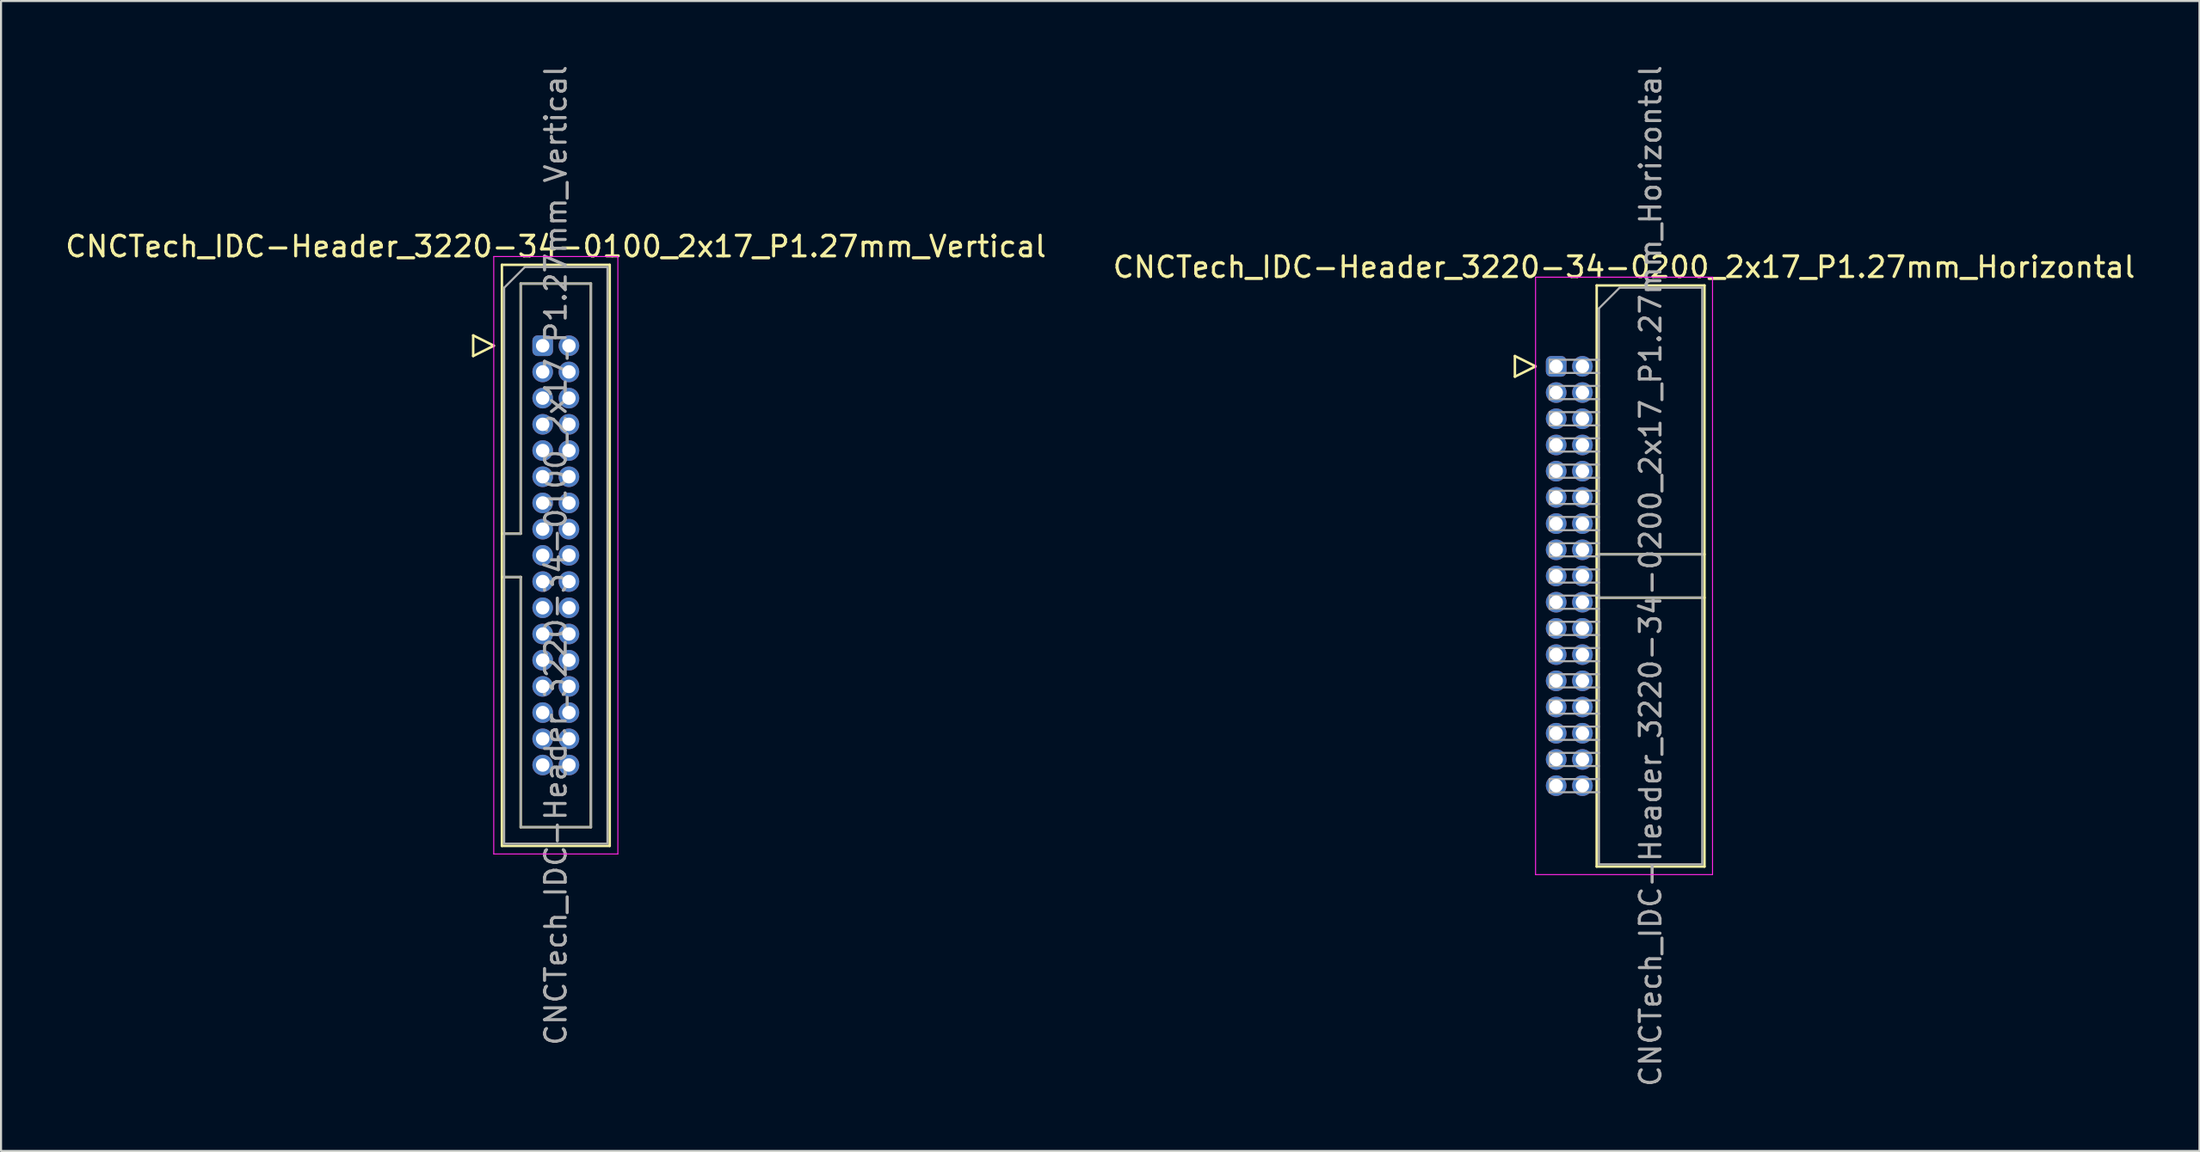
<source format=kicad_pcb>
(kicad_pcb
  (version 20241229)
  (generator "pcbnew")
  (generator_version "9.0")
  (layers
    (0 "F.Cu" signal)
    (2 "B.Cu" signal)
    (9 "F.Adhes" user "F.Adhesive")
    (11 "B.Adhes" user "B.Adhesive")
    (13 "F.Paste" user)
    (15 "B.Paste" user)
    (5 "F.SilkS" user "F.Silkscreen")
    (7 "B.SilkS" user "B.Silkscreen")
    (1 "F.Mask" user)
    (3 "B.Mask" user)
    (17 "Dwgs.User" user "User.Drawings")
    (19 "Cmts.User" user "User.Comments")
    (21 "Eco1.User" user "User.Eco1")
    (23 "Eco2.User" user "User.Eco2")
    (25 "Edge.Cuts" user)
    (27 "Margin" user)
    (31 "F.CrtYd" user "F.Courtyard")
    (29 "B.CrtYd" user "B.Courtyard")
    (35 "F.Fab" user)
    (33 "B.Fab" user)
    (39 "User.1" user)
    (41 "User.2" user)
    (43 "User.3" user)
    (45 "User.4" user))
  (footprint "CNCTech_IDC-Header_3220-34-0200_2x17_P1.27mm_Horizontal"
    (layer "F.Cu")
    (at 72.304 14.703)
    (property "Reference" "CNCTech_IDC-Header_3220-34-0200_2x17_P1.27mm_Horizontal" (at 3.285 -4.81 0) (layer "F.SilkS") (effects (font (size 1 1) (thickness 0.15))))
    (attr through_hole)
    (fp_line (start -2 -0.5) (end -2 0.5) (stroke (width 0.12) (type solid)) (layer "F.SilkS"))
    (fp_line (start -2 0.5) (end -1 0) (stroke (width 0.12) (type solid)) (layer "F.SilkS"))
    (fp_line (start -1 0) (end -2 -0.5) (stroke (width 0.12) (type solid)) (layer "F.SilkS"))
    (fp_line (start 1.96 -3.92) (end 7.18 -3.92) (stroke (width 0.12) (type solid)) (layer "F.SilkS"))
    (fp_line (start 1.96 9.11) (end 7.18 9.11) (stroke (width 0.12) (type solid)) (layer "F.SilkS"))
    (fp_line (start 1.96 11.21) (end 7.18 11.21) (stroke (width 0.12) (type solid)) (layer "F.SilkS"))
    (fp_line (start 1.96 24.24) (end 1.96 -3.92) (stroke (width 0.12) (type solid)) (layer "F.SilkS"))
    (fp_line (start 7.18 -3.92) (end 7.18 24.24) (stroke (width 0.12) (type solid)) (layer "F.SilkS"))
    (fp_line (start 7.18 24.24) (end 1.96 24.24) (stroke (width 0.12) (type solid)) (layer "F.SilkS"))
    (fp_line (start -1 -4.32) (end -1 24.63) (stroke (width 0.05) (type solid)) (layer "F.CrtYd"))
    (fp_line (start -1 24.63) (end 7.57 24.63) (stroke (width 0.05) (type solid)) (layer "F.CrtYd"))
    (fp_line (start 7.57 -4.32) (end -1 -4.32) (stroke (width 0.05) (type solid)) (layer "F.CrtYd"))
    (fp_line (start 7.57 24.63) (end 7.57 -4.32) (stroke (width 0.05) (type solid)) (layer "F.CrtYd"))
    (fp_line (start -0.32 -0.32) (end -0.32 0.32) (stroke (width 0.1) (type solid)) (layer "F.Fab"))
    (fp_line (start -0.32 0.32) (end 2.07 0.32) (stroke (width 0.1) (type solid)) (layer "F.Fab"))
    (fp_line (start -0.32 0.95) (end -0.32 1.59) (stroke (width 0.1) (type solid)) (layer "F.Fab"))
    (fp_line (start -0.32 1.59) (end 2.07 1.59) (stroke (width 0.1) (type solid)) (layer "F.Fab"))
    (fp_line (start -0.32 2.22) (end -0.32 2.86) (stroke (width 0.1) (type solid)) (layer "F.Fab"))
    (fp_line (start -0.32 2.86) (end 2.07 2.86) (stroke (width 0.1) (type solid)) (layer "F.Fab"))
    (fp_line (start -0.32 3.49) (end -0.32 4.13) (stroke (width 0.1) (type solid)) (layer "F.Fab"))
    (fp_line (start -0.32 4.13) (end 2.07 4.13) (stroke (width 0.1) (type solid)) (layer "F.Fab"))
    (fp_line (start -0.32 4.76) (end -0.32 5.4) (stroke (width 0.1) (type solid)) (layer "F.Fab"))
    (fp_line (start -0.32 5.4) (end 2.07 5.4) (stroke (width 0.1) (type solid)) (layer "F.Fab"))
    (fp_line (start -0.32 6.03) (end -0.32 6.67) (stroke (width 0.1) (type solid)) (layer "F.Fab"))
    (fp_line (start -0.32 6.67) (end 2.07 6.67) (stroke (width 0.1) (type solid)) (layer "F.Fab"))
    (fp_line (start -0.32 7.3) (end -0.32 7.94) (stroke (width 0.1) (type solid)) (layer "F.Fab"))
    (fp_line (start -0.32 7.94) (end 2.07 7.94) (stroke (width 0.1) (type solid)) (layer "F.Fab"))
    (fp_line (start -0.32 8.57) (end -0.32 9.21) (stroke (width 0.1) (type solid)) (layer "F.Fab"))
    (fp_line (start -0.32 9.21) (end 2.07 9.21) (stroke (width 0.1) (type solid)) (layer "F.Fab"))
    (fp_line (start -0.32 9.84) (end -0.32 10.48) (stroke (width 0.1) (type solid)) (layer "F.Fab"))
    (fp_line (start -0.32 10.48) (end 2.07 10.48) (stroke (width 0.1) (type solid)) (layer "F.Fab"))
    (fp_line (start -0.32 11.11) (end -0.32 11.75) (stroke (width 0.1) (type solid)) (layer "F.Fab"))
    (fp_line (start -0.32 11.75) (end 2.07 11.75) (stroke (width 0.1) (type solid)) (layer "F.Fab"))
    (fp_line (start -0.32 12.38) (end -0.32 13.02) (stroke (width 0.1) (type solid)) (layer "F.Fab"))
    (fp_line (start -0.32 13.02) (end 2.07 13.02) (stroke (width 0.1) (type solid)) (layer "F.Fab"))
    (fp_line (start -0.32 13.65) (end -0.32 14.29) (stroke (width 0.1) (type solid)) (layer "F.Fab"))
    (fp_line (start -0.32 14.29) (end 2.07 14.29) (stroke (width 0.1) (type solid)) (layer "F.Fab"))
    (fp_line (start -0.32 14.92) (end -0.32 15.56) (stroke (width 0.1) (type solid)) (layer "F.Fab"))
    (fp_line (start -0.32 15.56) (end 2.07 15.56) (stroke (width 0.1) (type solid)) (layer "F.Fab"))
    (fp_line (start -0.32 16.19) (end -0.32 16.83) (stroke (width 0.1) (type solid)) (layer "F.Fab"))
    (fp_line (start -0.32 16.83) (end 2.07 16.83) (stroke (width 0.1) (type solid)) (layer "F.Fab"))
    (fp_line (start -0.32 17.46) (end -0.32 18.1) (stroke (width 0.1) (type solid)) (layer "F.Fab"))
    (fp_line (start -0.32 18.1) (end 2.07 18.1) (stroke (width 0.1) (type solid)) (layer "F.Fab"))
    (fp_line (start -0.32 18.73) (end -0.32 19.37) (stroke (width 0.1) (type solid)) (layer "F.Fab"))
    (fp_line (start -0.32 19.37) (end 2.07 19.37) (stroke (width 0.1) (type solid)) (layer "F.Fab"))
    (fp_line (start -0.32 20) (end -0.32 20.64) (stroke (width 0.1) (type solid)) (layer "F.Fab"))
    (fp_line (start -0.32 20.64) (end 2.07 20.64) (stroke (width 0.1) (type solid)) (layer "F.Fab"))
    (fp_line (start 2.07 -2.81) (end 3.07 -3.81) (stroke (width 0.1) (type solid)) (layer "F.Fab"))
    (fp_line (start 2.07 -0.32) (end -0.32 -0.32) (stroke (width 0.1) (type solid)) (layer "F.Fab"))
    (fp_line (start 2.07 0.95) (end -0.32 0.95) (stroke (width 0.1) (type solid)) (layer "F.Fab"))
    (fp_line (start 2.07 2.22) (end -0.32 2.22) (stroke (width 0.1) (type solid)) (layer "F.Fab"))
    (fp_line (start 2.07 3.49) (end -0.32 3.49) (stroke (width 0.1) (type solid)) (layer "F.Fab"))
    (fp_line (start 2.07 4.76) (end -0.32 4.76) (stroke (width 0.1) (type solid)) (layer "F.Fab"))
    (fp_line (start 2.07 6.03) (end -0.32 6.03) (stroke (width 0.1) (type solid)) (layer "F.Fab"))
    (fp_line (start 2.07 7.3) (end -0.32 7.3) (stroke (width 0.1) (type solid)) (layer "F.Fab"))
    (fp_line (start 2.07 8.57) (end -0.32 8.57) (stroke (width 0.1) (type solid)) (layer "F.Fab"))
    (fp_line (start 2.07 9.11) (end 7.07 9.11) (stroke (width 0.1) (type solid)) (layer "F.Fab"))
    (fp_line (start 2.07 9.84) (end -0.32 9.84) (stroke (width 0.1) (type solid)) (layer "F.Fab"))
    (fp_line (start 2.07 11.11) (end -0.32 11.11) (stroke (width 0.1) (type solid)) (layer "F.Fab"))
    (fp_line (start 2.07 11.21) (end 7.07 11.21) (stroke (width 0.1) (type solid)) (layer "F.Fab"))
    (fp_line (start 2.07 12.38) (end -0.32 12.38) (stroke (width 0.1) (type solid)) (layer "F.Fab"))
    (fp_line (start 2.07 13.65) (end -0.32 13.65) (stroke (width 0.1) (type solid)) (layer "F.Fab"))
    (fp_line (start 2.07 14.92) (end -0.32 14.92) (stroke (width 0.1) (type solid)) (layer "F.Fab"))
    (fp_line (start 2.07 16.19) (end -0.32 16.19) (stroke (width 0.1) (type solid)) (layer "F.Fab"))
    (fp_line (start 2.07 17.46) (end -0.32 17.46) (stroke (width 0.1) (type solid)) (layer "F.Fab"))
    (fp_line (start 2.07 18.73) (end -0.32 18.73) (stroke (width 0.1) (type solid)) (layer "F.Fab"))
    (fp_line (start 2.07 20) (end -0.32 20) (stroke (width 0.1) (type solid)) (layer "F.Fab"))
    (fp_line (start 2.07 24.13) (end 2.07 -2.81) (stroke (width 0.1) (type solid)) (layer "F.Fab"))
    (fp_line (start 3.07 -3.81) (end 7.07 -3.81) (stroke (width 0.1) (type solid)) (layer "F.Fab"))
    (fp_line (start 7.07 -3.81) (end 7.07 24.13) (stroke (width 0.1) (type solid)) (layer "F.Fab"))
    (fp_line (start 7.07 24.13) (end 2.07 24.13) (stroke (width 0.1) (type solid)) (layer "F.Fab"))
    (fp_text user "${REFERENCE}" (at 4.57 10.16 90) (layer "F.Fab") (effects (font (size 1 1) (thickness 0.15))))
    (pad "1" thru_hole roundrect (at 0 0) (size 1 1) (drill 0.65) (layers "*.Cu" "*.Mask") (roundrect_rratio 0.25))
    (pad "2" thru_hole circle (at 1.27 0) (size 1 1) (drill 0.65) (layers "*.Cu" "*.Mask"))
    (pad "3" thru_hole circle (at 0 1.27) (size 1 1) (drill 0.65) (layers "*.Cu" "*.Mask"))
    (pad "4" thru_hole circle (at 1.27 1.27) (size 1 1) (drill 0.65) (layers "*.Cu" "*.Mask"))
    (pad "5" thru_hole circle (at 0 2.54) (size 1 1) (drill 0.65) (layers "*.Cu" "*.Mask"))
    (pad "6" thru_hole circle (at 1.27 2.54) (size 1 1) (drill 0.65) (layers "*.Cu" "*.Mask"))
    (pad "7" thru_hole circle (at 0 3.81) (size 1 1) (drill 0.65) (layers "*.Cu" "*.Mask"))
    (pad "8" thru_hole circle (at 1.27 3.81) (size 1 1) (drill 0.65) (layers "*.Cu" "*.Mask"))
    (pad "9" thru_hole circle (at 0 5.08) (size 1 1) (drill 0.65) (layers "*.Cu" "*.Mask"))
    (pad "10" thru_hole circle (at 1.27 5.08) (size 1 1) (drill 0.65) (layers "*.Cu" "*.Mask"))
    (pad "11" thru_hole circle (at 0 6.35) (size 1 1) (drill 0.65) (layers "*.Cu" "*.Mask"))
    (pad "12" thru_hole circle (at 1.27 6.35) (size 1 1) (drill 0.65) (layers "*.Cu" "*.Mask"))
    (pad "13" thru_hole circle (at 0 7.62) (size 1 1) (drill 0.65) (layers "*.Cu" "*.Mask"))
    (pad "14" thru_hole circle (at 1.27 7.62) (size 1 1) (drill 0.65) (layers "*.Cu" "*.Mask"))
    (pad "15" thru_hole circle (at 0 8.89) (size 1 1) (drill 0.65) (layers "*.Cu" "*.Mask"))
    (pad "16" thru_hole circle (at 1.27 8.89) (size 1 1) (drill 0.65) (layers "*.Cu" "*.Mask"))
    (pad "17" thru_hole circle (at 0 10.16) (size 1 1) (drill 0.65) (layers "*.Cu" "*.Mask"))
    (pad "18" thru_hole circle (at 1.27 10.16) (size 1 1) (drill 0.65) (layers "*.Cu" "*.Mask"))
    (pad "19" thru_hole circle (at 0 11.43) (size 1 1) (drill 0.65) (layers "*.Cu" "*.Mask"))
    (pad "20" thru_hole circle (at 1.27 11.43) (size 1 1) (drill 0.65) (layers "*.Cu" "*.Mask"))
    (pad "21" thru_hole circle (at 0 12.7) (size 1 1) (drill 0.65) (layers "*.Cu" "*.Mask"))
    (pad "22" thru_hole circle (at 1.27 12.7) (size 1 1) (drill 0.65) (layers "*.Cu" "*.Mask"))
    (pad "23" thru_hole circle (at 0 13.97) (size 1 1) (drill 0.65) (layers "*.Cu" "*.Mask"))
    (pad "24" thru_hole circle (at 1.27 13.97) (size 1 1) (drill 0.65) (layers "*.Cu" "*.Mask"))
    (pad "25" thru_hole circle (at 0 15.24) (size 1 1) (drill 0.65) (layers "*.Cu" "*.Mask"))
    (pad "26" thru_hole circle (at 1.27 15.24) (size 1 1) (drill 0.65) (layers "*.Cu" "*.Mask"))
    (pad "27" thru_hole circle (at 0 16.51) (size 1 1) (drill 0.65) (layers "*.Cu" "*.Mask"))
    (pad "28" thru_hole circle (at 1.27 16.51) (size 1 1) (drill 0.65) (layers "*.Cu" "*.Mask"))
    (pad "29" thru_hole circle (at 0 17.78) (size 1 1) (drill 0.65) (layers "*.Cu" "*.Mask"))
    (pad "30" thru_hole circle (at 1.27 17.78) (size 1 1) (drill 0.65) (layers "*.Cu" "*.Mask"))
    (pad "31" thru_hole circle (at 0 19.05) (size 1 1) (drill 0.65) (layers "*.Cu" "*.Mask"))
    (pad "32" thru_hole circle (at 1.27 19.05) (size 1 1) (drill 0.65) (layers "*.Cu" "*.Mask"))
    (pad "33" thru_hole circle (at 0 20.32) (size 1 1) (drill 0.65) (layers "*.Cu" "*.Mask"))
    (pad "34" thru_hole circle (at 1.27 20.32) (size 1 1) (drill 0.65) (layers "*.Cu" "*.Mask")))
  (footprint "CNCTech_IDC-Header_3220-34-0100_2x17_P1.27mm_Vertical"
    (layer "F.Cu")
    (at 23.228 13.703)
    (property "Reference" "CNCTech_IDC-Header_3220-34-0100_2x17_P1.27mm_Vertical" (at 0.635 -4.81 0) (layer "F.SilkS") (effects (font (size 1 1) (thickness 0.15))))
    (attr through_hole)
    (fp_line (start -3.365 -0.5) (end -3.365 0.5) (stroke (width 0.12) (type solid)) (layer "F.SilkS"))
    (fp_line (start -3.365 0.5) (end -2.365 0) (stroke (width 0.12) (type solid)) (layer "F.SilkS"))
    (fp_line (start -2.365 0) (end -3.365 -0.5) (stroke (width 0.12) (type solid)) (layer "F.SilkS"))
    (fp_line (start -1.975 -3.92) (end 3.245 -3.92) (stroke (width 0.12) (type solid)) (layer "F.SilkS"))
    (fp_line (start -1.975 9.11) (end -1.065 9.11) (stroke (width 0.12) (type solid)) (layer "F.SilkS"))
    (fp_line (start -1.975 24.24) (end -1.975 -3.92) (stroke (width 0.12) (type solid)) (layer "F.SilkS"))
    (fp_line (start -1.065 -3.01) (end 2.335 -3.01) (stroke (width 0.12) (type solid)) (layer "F.SilkS"))
    (fp_line (start -1.065 9.11) (end -1.065 -3.01) (stroke (width 0.12) (type solid)) (layer "F.SilkS"))
    (fp_line (start -1.065 11.21) (end -1.975 11.21) (stroke (width 0.12) (type solid)) (layer "F.SilkS"))
    (fp_line (start -1.065 11.21) (end -1.065 11.21) (stroke (width 0.12) (type solid)) (layer "F.SilkS"))
    (fp_line (start -1.065 23.33) (end -1.065 11.21) (stroke (width 0.12) (type solid)) (layer "F.SilkS"))
    (fp_line (start 2.335 -3.01) (end 2.335 23.33) (stroke (width 0.12) (type solid)) (layer "F.SilkS"))
    (fp_line (start 2.335 23.33) (end -1.065 23.33) (stroke (width 0.12) (type solid)) (layer "F.SilkS"))
    (fp_line (start 3.245 -3.92) (end 3.245 24.24) (stroke (width 0.12) (type solid)) (layer "F.SilkS"))
    (fp_line (start 3.245 24.24) (end -1.975 24.24) (stroke (width 0.12) (type solid)) (layer "F.SilkS"))
    (fp_line (start -2.37 -4.32) (end -2.37 24.63) (stroke (width 0.05) (type solid)) (layer "F.CrtYd"))
    (fp_line (start -2.37 24.63) (end 3.64 24.63) (stroke (width 0.05) (type solid)) (layer "F.CrtYd"))
    (fp_line (start 3.64 -4.32) (end -2.37 -4.32) (stroke (width 0.05) (type solid)) (layer "F.CrtYd"))
    (fp_line (start 3.64 24.63) (end 3.64 -4.32) (stroke (width 0.05) (type solid)) (layer "F.CrtYd"))
    (fp_line (start -1.865 -2.81) (end -0.865 -3.81) (stroke (width 0.1) (type solid)) (layer "F.Fab"))
    (fp_line (start -1.865 9.11) (end -1.065 9.11) (stroke (width 0.1) (type solid)) (layer "F.Fab"))
    (fp_line (start -1.865 24.13) (end -1.865 -2.81) (stroke (width 0.1) (type solid)) (layer "F.Fab"))
    (fp_line (start -1.065 -3.01) (end 2.335 -3.01) (stroke (width 0.1) (type solid)) (layer "F.Fab"))
    (fp_line (start -1.065 9.11) (end -1.065 -3.01) (stroke (width 0.1) (type solid)) (layer "F.Fab"))
    (fp_line (start -1.065 11.21) (end -1.865 11.21) (stroke (width 0.1) (type solid)) (layer "F.Fab"))
    (fp_line (start -1.065 11.21) (end -1.065 11.21) (stroke (width 0.1) (type solid)) (layer "F.Fab"))
    (fp_line (start -1.065 23.33) (end -1.065 11.21) (stroke (width 0.1) (type solid)) (layer "F.Fab"))
    (fp_line (start -0.865 -3.81) (end 3.135 -3.81) (stroke (width 0.1) (type solid)) (layer "F.Fab"))
    (fp_line (start 2.335 -3.01) (end 2.335 23.33) (stroke (width 0.1) (type solid)) (layer "F.Fab"))
    (fp_line (start 2.335 23.33) (end -1.065 23.33) (stroke (width 0.1) (type solid)) (layer "F.Fab"))
    (fp_line (start 3.135 -3.81) (end 3.135 24.13) (stroke (width 0.1) (type solid)) (layer "F.Fab"))
    (fp_line (start 3.135 24.13) (end -1.865 24.13) (stroke (width 0.1) (type solid)) (layer "F.Fab"))
    (fp_text user "${REFERENCE}" (at 0.635 10.16 90) (layer "F.Fab") (effects (font (size 1 1) (thickness 0.15))))
    (pad "1" thru_hole roundrect (at 0 0) (size 1 1) (drill 0.65) (layers "*.Cu" "*.Mask") (roundrect_rratio 0.25))
    (pad "2" thru_hole circle (at 1.27 0) (size 1 1) (drill 0.65) (layers "*.Cu" "*.Mask"))
    (pad "3" thru_hole circle (at 0 1.27) (size 1 1) (drill 0.65) (layers "*.Cu" "*.Mask"))
    (pad "4" thru_hole circle (at 1.27 1.27) (size 1 1) (drill 0.65) (layers "*.Cu" "*.Mask"))
    (pad "5" thru_hole circle (at 0 2.54) (size 1 1) (drill 0.65) (layers "*.Cu" "*.Mask"))
    (pad "6" thru_hole circle (at 1.27 2.54) (size 1 1) (drill 0.65) (layers "*.Cu" "*.Mask"))
    (pad "7" thru_hole circle (at 0 3.81) (size 1 1) (drill 0.65) (layers "*.Cu" "*.Mask"))
    (pad "8" thru_hole circle (at 1.27 3.81) (size 1 1) (drill 0.65) (layers "*.Cu" "*.Mask"))
    (pad "9" thru_hole circle (at 0 5.08) (size 1 1) (drill 0.65) (layers "*.Cu" "*.Mask"))
    (pad "10" thru_hole circle (at 1.27 5.08) (size 1 1) (drill 0.65) (layers "*.Cu" "*.Mask"))
    (pad "11" thru_hole circle (at 0 6.35) (size 1 1) (drill 0.65) (layers "*.Cu" "*.Mask"))
    (pad "12" thru_hole circle (at 1.27 6.35) (size 1 1) (drill 0.65) (layers "*.Cu" "*.Mask"))
    (pad "13" thru_hole circle (at 0 7.62) (size 1 1) (drill 0.65) (layers "*.Cu" "*.Mask"))
    (pad "14" thru_hole circle (at 1.27 7.62) (size 1 1) (drill 0.65) (layers "*.Cu" "*.Mask"))
    (pad "15" thru_hole circle (at 0 8.89) (size 1 1) (drill 0.65) (layers "*.Cu" "*.Mask"))
    (pad "16" thru_hole circle (at 1.27 8.89) (size 1 1) (drill 0.65) (layers "*.Cu" "*.Mask"))
    (pad "17" thru_hole circle (at 0 10.16) (size 1 1) (drill 0.65) (layers "*.Cu" "*.Mask"))
    (pad "18" thru_hole circle (at 1.27 10.16) (size 1 1) (drill 0.65) (layers "*.Cu" "*.Mask"))
    (pad "19" thru_hole circle (at 0 11.43) (size 1 1) (drill 0.65) (layers "*.Cu" "*.Mask"))
    (pad "20" thru_hole circle (at 1.27 11.43) (size 1 1) (drill 0.65) (layers "*.Cu" "*.Mask"))
    (pad "21" thru_hole circle (at 0 12.7) (size 1 1) (drill 0.65) (layers "*.Cu" "*.Mask"))
    (pad "22" thru_hole circle (at 1.27 12.7) (size 1 1) (drill 0.65) (layers "*.Cu" "*.Mask"))
    (pad "23" thru_hole circle (at 0 13.97) (size 1 1) (drill 0.65) (layers "*.Cu" "*.Mask"))
    (pad "24" thru_hole circle (at 1.27 13.97) (size 1 1) (drill 0.65) (layers "*.Cu" "*.Mask"))
    (pad "25" thru_hole circle (at 0 15.24) (size 1 1) (drill 0.65) (layers "*.Cu" "*.Mask"))
    (pad "26" thru_hole circle (at 1.27 15.24) (size 1 1) (drill 0.65) (layers "*.Cu" "*.Mask"))
    (pad "27" thru_hole circle (at 0 16.51) (size 1 1) (drill 0.65) (layers "*.Cu" "*.Mask"))
    (pad "28" thru_hole circle (at 1.27 16.51) (size 1 1) (drill 0.65) (layers "*.Cu" "*.Mask"))
    (pad "29" thru_hole circle (at 0 17.78) (size 1 1) (drill 0.65) (layers "*.Cu" "*.Mask"))
    (pad "30" thru_hole circle (at 1.27 17.78) (size 1 1) (drill 0.65) (layers "*.Cu" "*.Mask"))
    (pad "31" thru_hole circle (at 0 19.05) (size 1 1) (drill 0.65) (layers "*.Cu" "*.Mask"))
    (pad "32" thru_hole circle (at 1.27 19.05) (size 1 1) (drill 0.65) (layers "*.Cu" "*.Mask"))
    (pad "33" thru_hole circle (at 0 20.32) (size 1 1) (drill 0.65) (layers "*.Cu" "*.Mask"))
    (pad "34" thru_hole circle (at 1.27 20.32) (size 1 1) (drill 0.65) (layers "*.Cu" "*.Mask")))
  (gr_rect
    (start -3 -3)
    (end 103.452 52.726)
    (stroke (width 0.1) (type default))
    (fill no)
    (layer "Edge.Cuts")))
</source>
